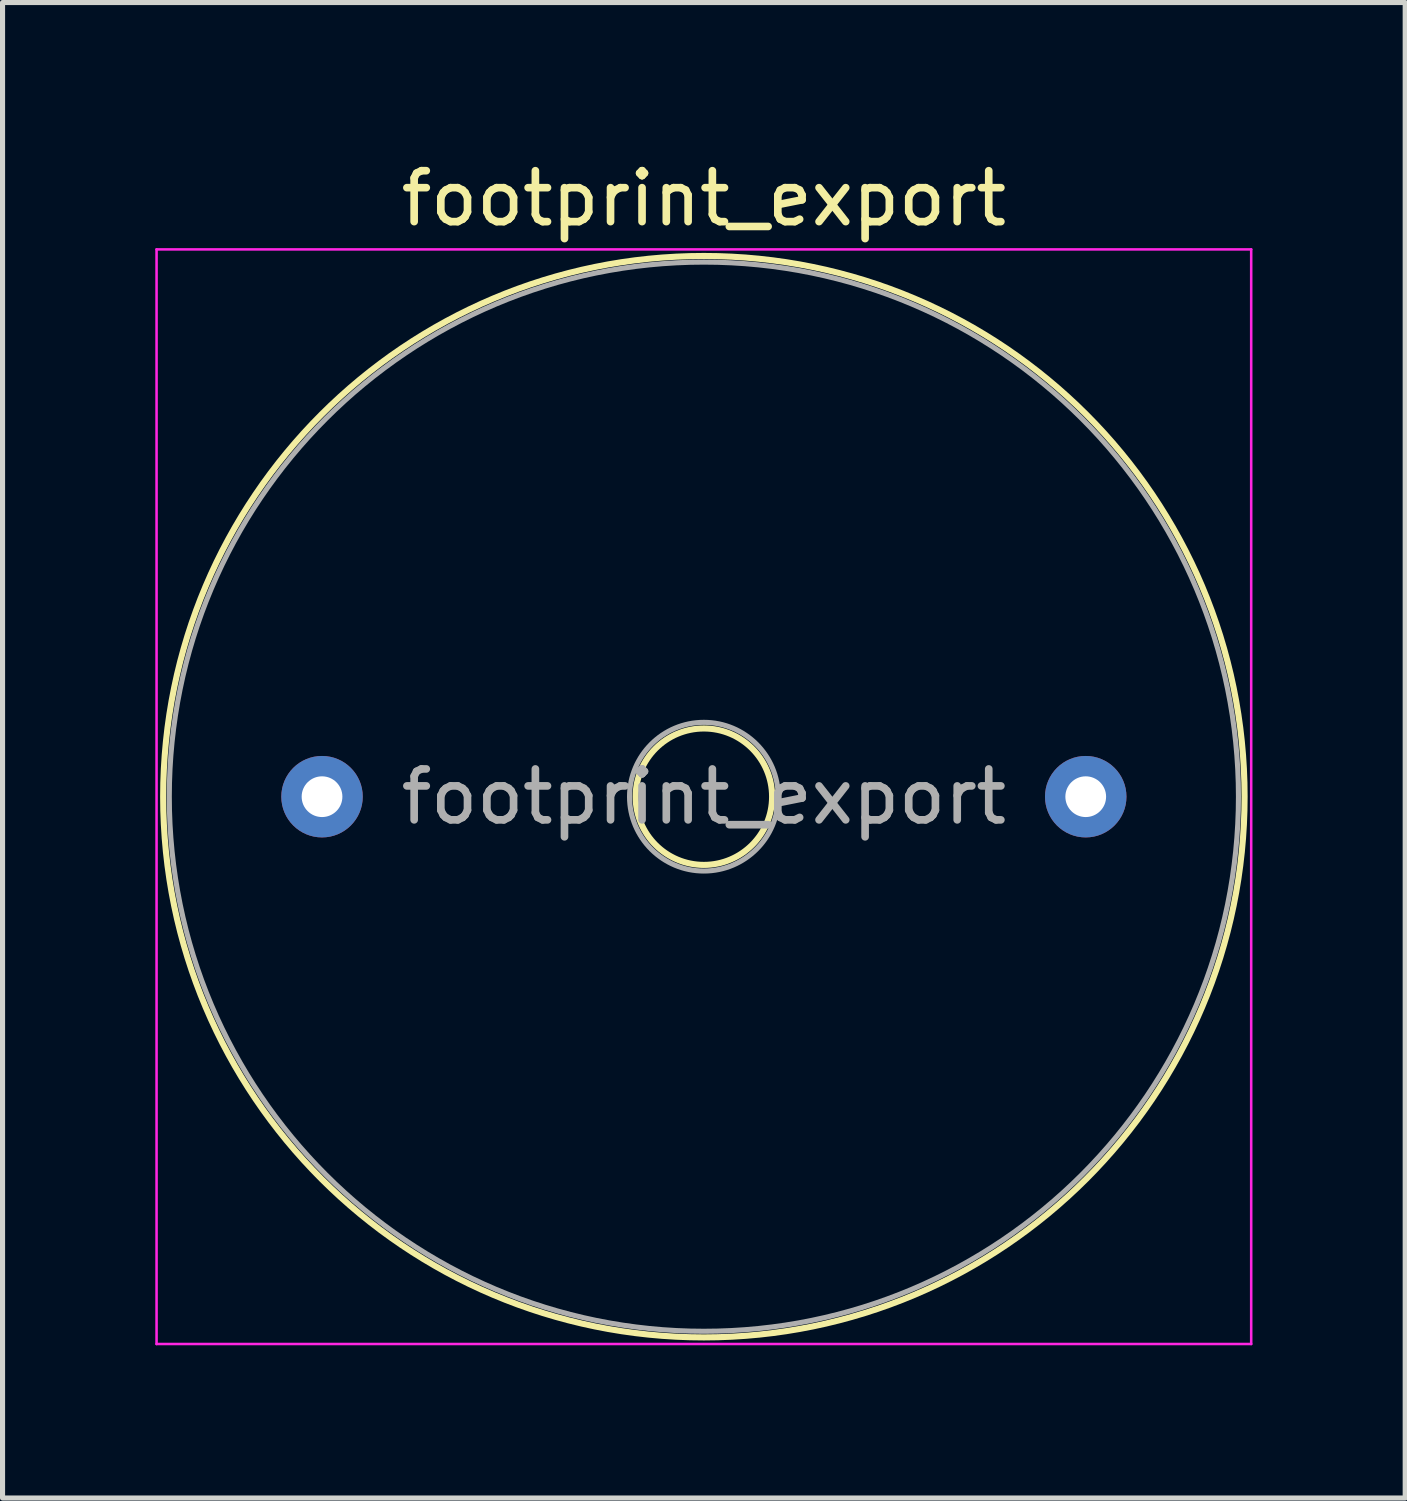
<source format=kicad_pcb>
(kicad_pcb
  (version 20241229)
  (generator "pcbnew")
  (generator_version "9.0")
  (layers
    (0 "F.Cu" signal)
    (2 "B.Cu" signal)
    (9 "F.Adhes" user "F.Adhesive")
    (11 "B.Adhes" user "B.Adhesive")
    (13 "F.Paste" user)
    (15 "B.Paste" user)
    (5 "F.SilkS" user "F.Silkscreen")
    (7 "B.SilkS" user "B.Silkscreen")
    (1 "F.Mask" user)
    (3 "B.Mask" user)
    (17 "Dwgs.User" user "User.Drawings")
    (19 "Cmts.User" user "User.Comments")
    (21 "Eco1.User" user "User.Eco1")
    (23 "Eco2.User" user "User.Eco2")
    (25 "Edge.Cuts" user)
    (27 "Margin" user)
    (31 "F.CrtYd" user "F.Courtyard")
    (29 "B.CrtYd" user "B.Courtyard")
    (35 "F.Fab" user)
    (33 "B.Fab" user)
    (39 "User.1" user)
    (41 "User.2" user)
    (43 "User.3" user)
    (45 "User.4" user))
  (footprint "footprint_export"
    (layer "F.Cu")
    (at 3.275 12.598)
    (property "Reference" "footprint_export" (at 7.5 -11.75 0) (layer "F.SilkS") (effects (font (size 1 1) (thickness 0.15))))
    (attr through_hole)
    (fp_circle (center 7.5 0) (end 8.84 0) (stroke (width 0.12) (type solid)) (fill no) (layer "F.SilkS"))
    (fp_circle (center 7.5 0) (end 18.12 0) (stroke (width 0.12) (type solid)) (fill no) (layer "F.SilkS"))
    (fp_line (start -3.25 -10.75) (end -3.25 10.75) (stroke (width 0.05) (type solid)) (layer "F.CrtYd"))
    (fp_line (start -3.25 10.75) (end 18.25 10.75) (stroke (width 0.05) (type solid)) (layer "F.CrtYd"))
    (fp_line (start 18.25 -10.75) (end -3.25 -10.75) (stroke (width 0.05) (type solid)) (layer "F.CrtYd"))
    (fp_line (start 18.25 10.75) (end 18.25 -10.75) (stroke (width 0.05) (type solid)) (layer "F.CrtYd"))
    (fp_circle (center 7.5 0) (end 8.96 0) (stroke (width 0.1) (type solid)) (fill no) (layer "F.Fab"))
    (fp_circle (center 7.5 0) (end 18 0) (stroke (width 0.1) (type solid)) (fill no) (layer "F.Fab"))
    (fp_text user "${REFERENCE}" (at 7.5 0 0) (layer "F.Fab") (effects (font (size 1 1) (thickness 0.15))))
    (pad "1" thru_hole circle (at 0 0) (size 1.6 1.6) (drill 0.8) (layers "*.Cu" "*.Mask"))
    (pad "2" thru_hole circle (at 15 0) (size 1.6 1.6) (drill 0.8) (layers "*.Cu" "*.Mask")))
  (gr_rect
    (start -3 -3)
    (end 24.55 26.373)
    (stroke (width 0.1) (type default))
    (fill no)
    (layer "Edge.Cuts")))
</source>
